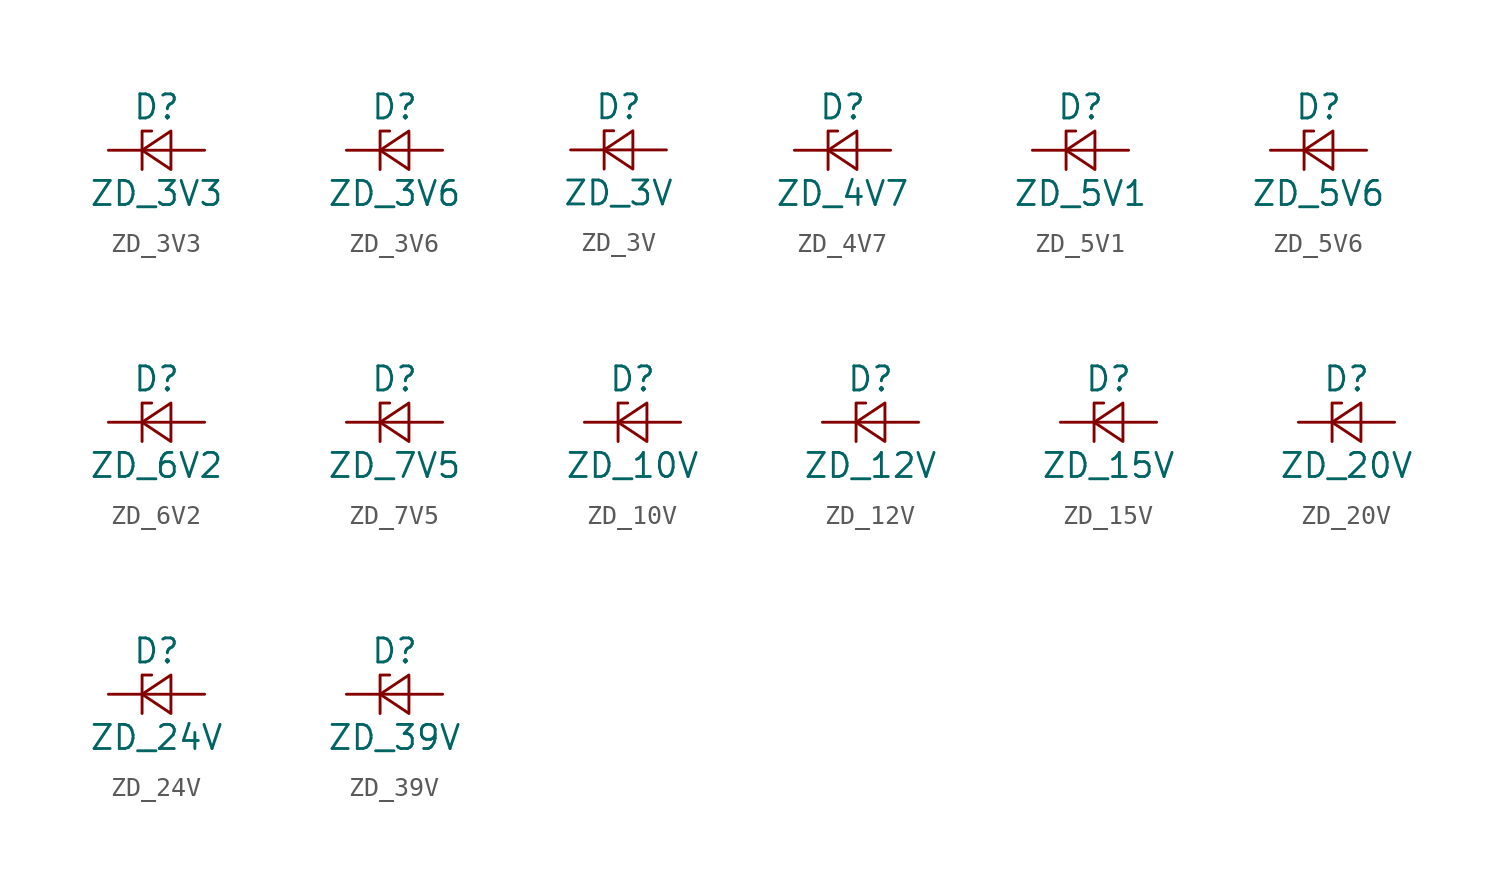
<source format=kicad_sym>
(kicad_symbol_lib
  (version 20211014)
  (generator kicad_symbol_editor)
  (symbol "ZD_3V3"
    (pin_numbers hide)
    (pin_names
      (offset 0.254) hide)
    (property "Reference" "D"
      (at 0 2.286 0)
      (effects (font (size 1.27 1.27))))
    (property "Value" "ZD_3V3"
      (at 0 -2.286 0)
      (effects (font (size 1.27 1.27))))
    (symbol "ZD_3V3_0_1"
      (polyline (pts (xy 0.762 0) (xy -0.762 0)) (stroke (width 0) (type default) (color 0 0 0 0)) (fill (type none)))
      (polyline (pts (xy -0.254 1.016) (xy -0.762 1.016) (xy -0.762 -1.016)) (stroke (width 0) (type default) (color 0 0 0 0)) (fill (type none)))
      (polyline (pts (xy 0.762 1.016) (xy -0.762 0) (xy 0.762 -1.016) (xy 0.762 1.016)) (stroke (width 0) (type default) (color 0 0 0 0)) (fill (type none))))
    (symbol "ZD_3V3_1_1"
      (pin passive line (at -2.54 0 0) (length 1.778) (name "K" (effects (font (size 1.27 1.27)))) (number "1" (effects (font (size 1.27 1.27)))))
      (pin passive line (at 2.54 0 180) (length 1.778) (name "A" (effects (font (size 1.27 1.27)))) (number "2" (effects (font (size 1.27 1.27)))))))
  (symbol "ZD_3V6"
    (pin_numbers hide)
    (pin_names
      (offset 0.254) hide)
    (property "Reference" "D"
      (at 0 2.286 0)
      (effects (font (size 1.27 1.27))))
    (property "Value" "ZD_3V6"
      (at 0 -2.286 0)
      (effects (font (size 1.27 1.27))))
    (symbol "ZD_3V6_0_1"
      (polyline (pts (xy 0.762 0) (xy -0.762 0)) (stroke (width 0) (type default) (color 0 0 0 0)) (fill (type none)))
      (polyline (pts (xy -0.254 1.016) (xy -0.762 1.016) (xy -0.762 -1.016)) (stroke (width 0) (type default) (color 0 0 0 0)) (fill (type none)))
      (polyline (pts (xy 0.762 1.016) (xy -0.762 0) (xy 0.762 -1.016) (xy 0.762 1.016)) (stroke (width 0) (type default) (color 0 0 0 0)) (fill (type none))))
    (symbol "ZD_3V6_1_1"
      (pin passive line (at -2.54 0 0) (length 1.778) (name "K" (effects (font (size 1.27 1.27)))) (number "1" (effects (font (size 1.27 1.27)))))
      (pin passive line (at 2.54 0 180) (length 1.778) (name "A" (effects (font (size 1.27 1.27)))) (number "2" (effects (font (size 1.27 1.27)))))))
  (symbol "ZD_3V"
    (pin_numbers hide)
    (pin_names
      (offset 0.254) hide)
    (property "Reference" "D"
      (at 0 2.286 0)
      (effects (font (size 1.27 1.27))))
    (property "Value" "ZD_3V"
      (at 0 -2.286 0)
      (effects (font (size 1.27 1.27))))
    (symbol "ZD_3V_0_1"
      (polyline (pts (xy 0.762 0) (xy -0.762 0)) (stroke (width 0) (type default) (color 0 0 0 0)) (fill (type none)))
      (polyline (pts (xy -0.254 1.016) (xy -0.762 1.016) (xy -0.762 -1.016)) (stroke (width 0) (type default) (color 0 0 0 0)) (fill (type none)))
      (polyline (pts (xy 0.762 1.016) (xy -0.762 0) (xy 0.762 -1.016) (xy 0.762 1.016)) (stroke (width 0) (type default) (color 0 0 0 0)) (fill (type none))))
    (symbol "ZD_3V_1_1"
      (pin passive line (at -2.54 0 0) (length 1.778) (name "K" (effects (font (size 1.27 1.27)))) (number "1" (effects (font (size 1.27 1.27)))))
      (pin passive line (at 2.54 0 180) (length 1.778) (name "A" (effects (font (size 1.27 1.27)))) (number "2" (effects (font (size 1.27 1.27)))))))
  (symbol "ZD_4V7"
    (pin_numbers hide)
    (pin_names
      (offset 0.254) hide)
    (property "Reference" "D"
      (at 0 2.286 0)
      (effects (font (size 1.27 1.27))))
    (property "Value" "ZD_4V7"
      (at 0 -2.286 0)
      (effects (font (size 1.27 1.27))))
    (symbol "ZD_4V7_0_1"
      (polyline (pts (xy 0.762 0) (xy -0.762 0)) (stroke (width 0) (type default) (color 0 0 0 0)) (fill (type none)))
      (polyline (pts (xy -0.254 1.016) (xy -0.762 1.016) (xy -0.762 -1.016)) (stroke (width 0) (type default) (color 0 0 0 0)) (fill (type none)))
      (polyline (pts (xy 0.762 1.016) (xy -0.762 0) (xy 0.762 -1.016) (xy 0.762 1.016)) (stroke (width 0) (type default) (color 0 0 0 0)) (fill (type none))))
    (symbol "ZD_4V7_1_1"
      (pin passive line (at -2.54 0 0) (length 1.778) (name "K" (effects (font (size 1.27 1.27)))) (number "1" (effects (font (size 1.27 1.27)))))
      (pin passive line (at 2.54 0 180) (length 1.778) (name "A" (effects (font (size 1.27 1.27)))) (number "2" (effects (font (size 1.27 1.27)))))))
  (symbol "ZD_5V1"
    (pin_numbers hide)
    (pin_names
      (offset 0.254) hide)
    (property "Reference" "D"
      (at 0 2.286 0)
      (effects (font (size 1.27 1.27))))
    (property "Value" "ZD_5V1"
      (at 0 -2.286 0)
      (effects (font (size 1.27 1.27))))
    (symbol "ZD_5V1_0_1"
      (polyline (pts (xy 0.762 0) (xy -0.762 0)) (stroke (width 0) (type default) (color 0 0 0 0)) (fill (type none)))
      (polyline (pts (xy -0.254 1.016) (xy -0.762 1.016) (xy -0.762 -1.016)) (stroke (width 0) (type default) (color 0 0 0 0)) (fill (type none)))
      (polyline (pts (xy 0.762 1.016) (xy -0.762 0) (xy 0.762 -1.016) (xy 0.762 1.016)) (stroke (width 0) (type default) (color 0 0 0 0)) (fill (type none))))
    (symbol "ZD_5V1_1_1"
      (pin passive line (at -2.54 0 0) (length 1.778) (name "K" (effects (font (size 1.27 1.27)))) (number "1" (effects (font (size 1.27 1.27)))))
      (pin passive line (at 2.54 0 180) (length 1.778) (name "A" (effects (font (size 1.27 1.27)))) (number "2" (effects (font (size 1.27 1.27)))))))
  (symbol "ZD_5V6"
    (pin_numbers hide)
    (pin_names
      (offset 0.254) hide)
    (property "Reference" "D"
      (at 0 2.286 0)
      (effects (font (size 1.27 1.27))))
    (property "Value" "ZD_5V6"
      (at 0 -2.286 0)
      (effects (font (size 1.27 1.27))))
    (symbol "ZD_5V6_0_1"
      (polyline (pts (xy 0.762 0) (xy -0.762 0)) (stroke (width 0) (type default) (color 0 0 0 0)) (fill (type none)))
      (polyline (pts (xy -0.254 1.016) (xy -0.762 1.016) (xy -0.762 -1.016)) (stroke (width 0) (type default) (color 0 0 0 0)) (fill (type none)))
      (polyline (pts (xy 0.762 1.016) (xy -0.762 0) (xy 0.762 -1.016) (xy 0.762 1.016)) (stroke (width 0) (type default) (color 0 0 0 0)) (fill (type none))))
    (symbol "ZD_5V6_1_1"
      (pin passive line (at -2.54 0 0) (length 1.778) (name "K" (effects (font (size 1.27 1.27)))) (number "1" (effects (font (size 1.27 1.27)))))
      (pin passive line (at 2.54 0 180) (length 1.778) (name "A" (effects (font (size 1.27 1.27)))) (number "2" (effects (font (size 1.27 1.27)))))))
  (symbol "ZD_6V2"
    (pin_numbers hide)
    (pin_names
      (offset 0.254) hide)
    (property "Reference" "D"
      (at 0 2.286 0)
      (effects (font (size 1.27 1.27))))
    (property "Value" "ZD_6V2"
      (at 0 -2.286 0)
      (effects (font (size 1.27 1.27))))
    (symbol "ZD_6V2_0_1"
      (polyline (pts (xy 0.762 0) (xy -0.762 0)) (stroke (width 0) (type default) (color 0 0 0 0)) (fill (type none)))
      (polyline (pts (xy -0.254 1.016) (xy -0.762 1.016) (xy -0.762 -1.016)) (stroke (width 0) (type default) (color 0 0 0 0)) (fill (type none)))
      (polyline (pts (xy 0.762 1.016) (xy -0.762 0) (xy 0.762 -1.016) (xy 0.762 1.016)) (stroke (width 0) (type default) (color 0 0 0 0)) (fill (type none))))
    (symbol "ZD_6V2_1_1"
      (pin passive line (at -2.54 0 0) (length 1.778) (name "K" (effects (font (size 1.27 1.27)))) (number "1" (effects (font (size 1.27 1.27)))))
      (pin passive line (at 2.54 0 180) (length 1.778) (name "A" (effects (font (size 1.27 1.27)))) (number "2" (effects (font (size 1.27 1.27)))))))
  (symbol "ZD_7V5"
    (pin_numbers hide)
    (pin_names
      (offset 0.254) hide)
    (property "Reference" "D"
      (at 0 2.286 0)
      (effects (font (size 1.27 1.27))))
    (property "Value" "ZD_7V5"
      (at 0 -2.286 0)
      (effects (font (size 1.27 1.27))))
    (symbol "ZD_7V5_0_1"
      (polyline (pts (xy 0.762 0) (xy -0.762 0)) (stroke (width 0) (type default) (color 0 0 0 0)) (fill (type none)))
      (polyline (pts (xy -0.254 1.016) (xy -0.762 1.016) (xy -0.762 -1.016)) (stroke (width 0) (type default) (color 0 0 0 0)) (fill (type none)))
      (polyline (pts (xy 0.762 1.016) (xy -0.762 0) (xy 0.762 -1.016) (xy 0.762 1.016)) (stroke (width 0) (type default) (color 0 0 0 0)) (fill (type none))))
    (symbol "ZD_7V5_1_1"
      (pin passive line (at -2.54 0 0) (length 1.778) (name "K" (effects (font (size 1.27 1.27)))) (number "1" (effects (font (size 1.27 1.27)))))
      (pin passive line (at 2.54 0 180) (length 1.778) (name "A" (effects (font (size 1.27 1.27)))) (number "2" (effects (font (size 1.27 1.27)))))))
  (symbol "ZD_10V"
    (pin_numbers hide)
    (pin_names
      (offset 0.254) hide)
    (property "Reference" "D"
      (at 0 2.286 0)
      (effects (font (size 1.27 1.27))))
    (property "Value" "ZD_10V"
      (at 0 -2.286 0)
      (effects (font (size 1.27 1.27))))
    (symbol "ZD_10V_0_1"
      (polyline (pts (xy 0.762 0) (xy -0.762 0)) (stroke (width 0) (type default) (color 0 0 0 0)) (fill (type none)))
      (polyline (pts (xy -0.254 1.016) (xy -0.762 1.016) (xy -0.762 -1.016)) (stroke (width 0) (type default) (color 0 0 0 0)) (fill (type none)))
      (polyline (pts (xy 0.762 1.016) (xy -0.762 0) (xy 0.762 -1.016) (xy 0.762 1.016)) (stroke (width 0) (type default) (color 0 0 0 0)) (fill (type none))))
    (symbol "ZD_10V_1_1"
      (pin passive line (at -2.54 0 0) (length 1.778) (name "K" (effects (font (size 1.27 1.27)))) (number "1" (effects (font (size 1.27 1.27)))))
      (pin passive line (at 2.54 0 180) (length 1.778) (name "A" (effects (font (size 1.27 1.27)))) (number "2" (effects (font (size 1.27 1.27)))))))
  (symbol "ZD_12V"
    (pin_numbers hide)
    (pin_names
      (offset 0.254) hide)
    (property "Reference" "D"
      (at 0 2.286 0)
      (effects (font (size 1.27 1.27))))
    (property "Value" "ZD_12V"
      (at 0 -2.286 0)
      (effects (font (size 1.27 1.27))))
    (symbol "ZD_12V_0_1"
      (polyline (pts (xy 0.762 0) (xy -0.762 0)) (stroke (width 0) (type default) (color 0 0 0 0)) (fill (type none)))
      (polyline (pts (xy -0.254 1.016) (xy -0.762 1.016) (xy -0.762 -1.016)) (stroke (width 0) (type default) (color 0 0 0 0)) (fill (type none)))
      (polyline (pts (xy 0.762 1.016) (xy -0.762 0) (xy 0.762 -1.016) (xy 0.762 1.016)) (stroke (width 0) (type default) (color 0 0 0 0)) (fill (type none))))
    (symbol "ZD_12V_1_1"
      (pin passive line (at -2.54 0 0) (length 1.778) (name "K" (effects (font (size 1.27 1.27)))) (number "1" (effects (font (size 1.27 1.27)))))
      (pin passive line (at 2.54 0 180) (length 1.778) (name "A" (effects (font (size 1.27 1.27)))) (number "2" (effects (font (size 1.27 1.27)))))))
  (symbol "ZD_15V"
    (pin_numbers hide)
    (pin_names
      (offset 0.254) hide)
    (property "Reference" "D"
      (at 0 2.286 0)
      (effects (font (size 1.27 1.27))))
    (property "Value" "ZD_15V"
      (at 0 -2.286 0)
      (effects (font (size 1.27 1.27))))
    (symbol "ZD_15V_0_1"
      (polyline (pts (xy 0.762 0) (xy -0.762 0)) (stroke (width 0) (type default) (color 0 0 0 0)) (fill (type none)))
      (polyline (pts (xy -0.254 1.016) (xy -0.762 1.016) (xy -0.762 -1.016)) (stroke (width 0) (type default) (color 0 0 0 0)) (fill (type none)))
      (polyline (pts (xy 0.762 1.016) (xy -0.762 0) (xy 0.762 -1.016) (xy 0.762 1.016)) (stroke (width 0) (type default) (color 0 0 0 0)) (fill (type none))))
    (symbol "ZD_15V_1_1"
      (pin passive line (at -2.54 0 0) (length 1.778) (name "K" (effects (font (size 1.27 1.27)))) (number "1" (effects (font (size 1.27 1.27)))))
      (pin passive line (at 2.54 0 180) (length 1.778) (name "A" (effects (font (size 1.27 1.27)))) (number "2" (effects (font (size 1.27 1.27)))))))
  (symbol "ZD_20V"
    (pin_numbers hide)
    (pin_names
      (offset 0.254) hide)
    (property "Reference" "D"
      (at 0 2.286 0)
      (effects (font (size 1.27 1.27))))
    (property "Value" "ZD_20V"
      (at 0 -2.286 0)
      (effects (font (size 1.27 1.27))))
    (symbol "ZD_20V_0_1"
      (polyline (pts (xy 0.762 0) (xy -0.762 0)) (stroke (width 0) (type default) (color 0 0 0 0)) (fill (type none)))
      (polyline (pts (xy -0.254 1.016) (xy -0.762 1.016) (xy -0.762 -1.016)) (stroke (width 0) (type default) (color 0 0 0 0)) (fill (type none)))
      (polyline (pts (xy 0.762 1.016) (xy -0.762 0) (xy 0.762 -1.016) (xy 0.762 1.016)) (stroke (width 0) (type default) (color 0 0 0 0)) (fill (type none))))
    (symbol "ZD_20V_1_1"
      (pin passive line (at -2.54 0 0) (length 1.778) (name "K" (effects (font (size 1.27 1.27)))) (number "1" (effects (font (size 1.27 1.27)))))
      (pin passive line (at 2.54 0 180) (length 1.778) (name "A" (effects (font (size 1.27 1.27)))) (number "2" (effects (font (size 1.27 1.27)))))))
  (symbol "ZD_24V"
    (pin_numbers hide)
    (pin_names
      (offset 0.254) hide)
    (property "Reference" "D"
      (at 0 2.286 0)
      (effects (font (size 1.27 1.27))))
    (property "Value" "ZD_24V"
      (at 0 -2.286 0)
      (effects (font (size 1.27 1.27))))
    (symbol "ZD_24V_0_1"
      (polyline (pts (xy 0.762 0) (xy -0.762 0)) (stroke (width 0) (type default) (color 0 0 0 0)) (fill (type none)))
      (polyline (pts (xy -0.254 1.016) (xy -0.762 1.016) (xy -0.762 -1.016)) (stroke (width 0) (type default) (color 0 0 0 0)) (fill (type none)))
      (polyline (pts (xy 0.762 1.016) (xy -0.762 0) (xy 0.762 -1.016) (xy 0.762 1.016)) (stroke (width 0) (type default) (color 0 0 0 0)) (fill (type none))))
    (symbol "ZD_24V_1_1"
      (pin passive line (at -2.54 0 0) (length 1.778) (name "K" (effects (font (size 1.27 1.27)))) (number "1" (effects (font (size 1.27 1.27)))))
      (pin passive line (at 2.54 0 180) (length 1.778) (name "A" (effects (font (size 1.27 1.27)))) (number "2" (effects (font (size 1.27 1.27)))))))
  (symbol "ZD_39V"
    (pin_numbers hide)
    (pin_names
      (offset 0.254) hide)
    (property "Reference" "D"
      (at 0 2.286 0)
      (effects (font (size 1.27 1.27))))
    (property "Value" "ZD_39V"
      (at 0 -2.286 0)
      (effects (font (size 1.27 1.27))))
    (symbol "ZD_39V_0_1"
      (polyline (pts (xy 0.762 0) (xy -0.762 0)) (stroke (width 0) (type default) (color 0 0 0 0)) (fill (type none)))
      (polyline (pts (xy -0.254 1.016) (xy -0.762 1.016) (xy -0.762 -1.016)) (stroke (width 0) (type default) (color 0 0 0 0)) (fill (type none)))
      (polyline (pts (xy 0.762 1.016) (xy -0.762 0) (xy 0.762 -1.016) (xy 0.762 1.016)) (stroke (width 0) (type default) (color 0 0 0 0)) (fill (type none))))
    (symbol "ZD_39V_1_1"
      (pin passive line (at -2.54 0 0) (length 1.778) (name "K" (effects (font (size 1.27 1.27)))) (number "1" (effects (font (size 1.27 1.27)))))
      (pin passive line (at 2.54 0 180) (length 1.778) (name "A" (effects (font (size 1.27 1.27)))) (number "2" (effects (font (size 1.27 1.27))))))))
</source>
